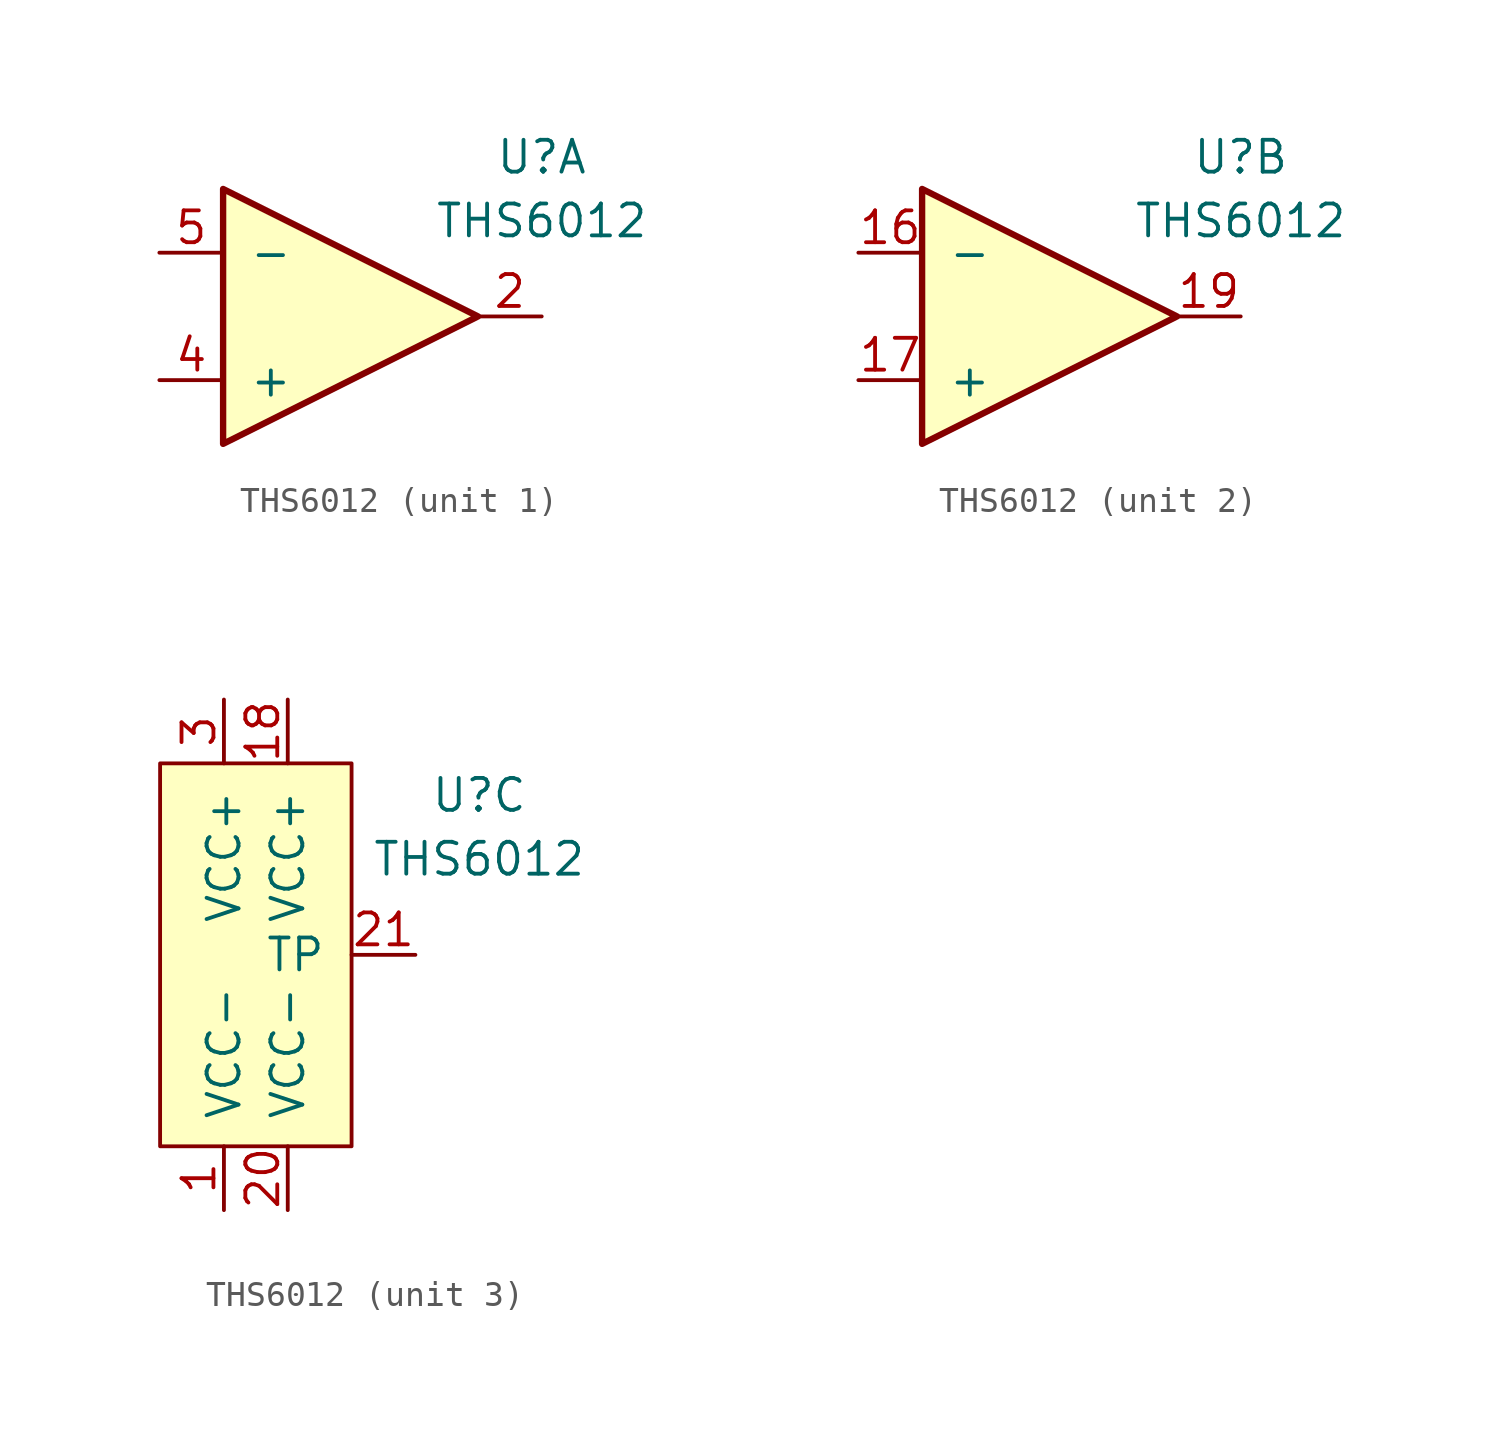
<source format=kicad_sym>
(kicad_symbol_lib
  (version 20220914)
  (generator kicad_symbol_editor)
  (symbol "THS6012"
    (pin_names
      (offset 1.016))
    (property "Reference" "U"
      (at 8.89 6.35 0)
      (effects (font (size 1.27 1.27))))
    (property "Value" "THS6012"
      (at 8.89 3.81 0)
      (effects (font (size 1.27 1.27))))
    (symbol "THS6012_1_1"
      (polyline (pts (xy -3.81 5.08) (xy 6.35 0) (xy -3.81 -5.08) (xy -3.81 5.08)) (stroke (width 0.254) (type solid)) (fill (type background)))
      (pin output line (at 8.89 0 180) (length 2.54) (name "~" (effects (font (size 1.27 1.27)))) (number "2" (effects (font (size 1.27 1.27)))))
      (pin input line (at -6.35 -2.54 0) (length 2.54) (name "+" (effects (font (size 1.27 1.27)))) (number "4" (effects (font (size 1.27 1.27)))))
      (pin input line (at -6.35 2.54 0) (length 2.54) (name "-" (effects (font (size 1.27 1.27)))) (number "5" (effects (font (size 1.27 1.27))))))
    (symbol "THS6012_2_1"
      (polyline (pts (xy -3.81 5.08) (xy 6.35 0) (xy -3.81 -5.08) (xy -3.81 5.08)) (stroke (width 0.254) (type solid)) (fill (type background)))
      (pin input line (at -6.35 2.54 0) (length 2.54) (name "-" (effects (font (size 1.27 1.27)))) (number "16" (effects (font (size 1.27 1.27)))))
      (pin input line (at -6.35 -2.54 0) (length 2.54) (name "+" (effects (font (size 1.27 1.27)))) (number "17" (effects (font (size 1.27 1.27)))))
      (pin output line (at 8.89 0 180) (length 2.54) (name "~" (effects (font (size 1.27 1.27)))) (number "19" (effects (font (size 1.27 1.27))))))
    (symbol "THS6012_3_1"
      (rectangle (start -3.81 7.62) (end 3.81 -7.62) (stroke (width 0) (type solid)) (fill (type background)))
      (pin passive line (at -1.27 -10.16 90) (length 2.54) (name "VCC-" (effects (font (size 1.27 1.27)))) (number "1" (effects (font (size 1.27 1.27)))))
      (pin no_connect non_logic (at -3.81 -5.08 0) (length 0) hide (name "NC" (effects (font (size 1.27 1.27)))) (number "10" (effects (font (size 1.27 1.27)))))
      (pin no_connect non_logic (at 3.81 -5.08 180) (length 0) hide (name "NC" (effects (font (size 1.27 1.27)))) (number "11" (effects (font (size 1.27 1.27)))))
      (pin no_connect non_logic (at 3.81 -2.54 180) (length 0) hide (name "NC" (effects (font (size 1.27 1.27)))) (number "12" (effects (font (size 1.27 1.27)))))
      (pin no_connect non_logic (at -3.81 -7.62 0) (length 0) hide (name "NC" (effects (font (size 1.27 1.27)))) (number "13" (effects (font (size 1.27 1.27)))))
      (pin no_connect non_logic (at 3.81 2.54 180) (length 0) hide (name "NC" (effects (font (size 1.27 1.27)))) (number "14" (effects (font (size 1.27 1.27)))))
      (pin no_connect non_logic (at 3.81 5.08 180) (length 0) hide (name "NC" (effects (font (size 1.27 1.27)))) (number "15" (effects (font (size 1.27 1.27)))))
      (pin passive line (at 1.27 10.16 270) (length 2.54) (name "VCC+" (effects (font (size 1.27 1.27)))) (number "18" (effects (font (size 1.27 1.27)))))
      (pin passive line (at 1.27 -10.16 90) (length 2.54) (name "VCC-" (effects (font (size 1.27 1.27)))) (number "20" (effects (font (size 1.27 1.27)))))
      (pin passive line (at 6.35 0 180) (length 2.54) (name "TP" (effects (font (size 1.27 1.27)))) (number "21" (effects (font (size 1.27 1.27)))))
      (pin passive line (at -1.27 10.16 270) (length 2.54) (name "VCC+" (effects (font (size 1.27 1.27)))) (number "3" (effects (font (size 1.27 1.27)))))
      (pin no_connect non_logic (at -3.81 5.08 0) (length 0) hide (name "NC" (effects (font (size 1.27 1.27)))) (number "6" (effects (font (size 1.27 1.27)))))
      (pin no_connect non_logic (at -3.81 2.54 0) (length 0) hide (name "NC" (effects (font (size 1.27 1.27)))) (number "7" (effects (font (size 1.27 1.27)))))
      (pin no_connect non_logic (at -3.81 0 0) (length 0) hide (name "NC" (effects (font (size 1.27 1.27)))) (number "8" (effects (font (size 1.27 1.27)))))
      (pin no_connect non_logic (at -3.81 -2.54 0) (length 0) hide (name "NC" (effects (font (size 1.27 1.27)))) (number "9" (effects (font (size 1.27 1.27))))))))
</source>
